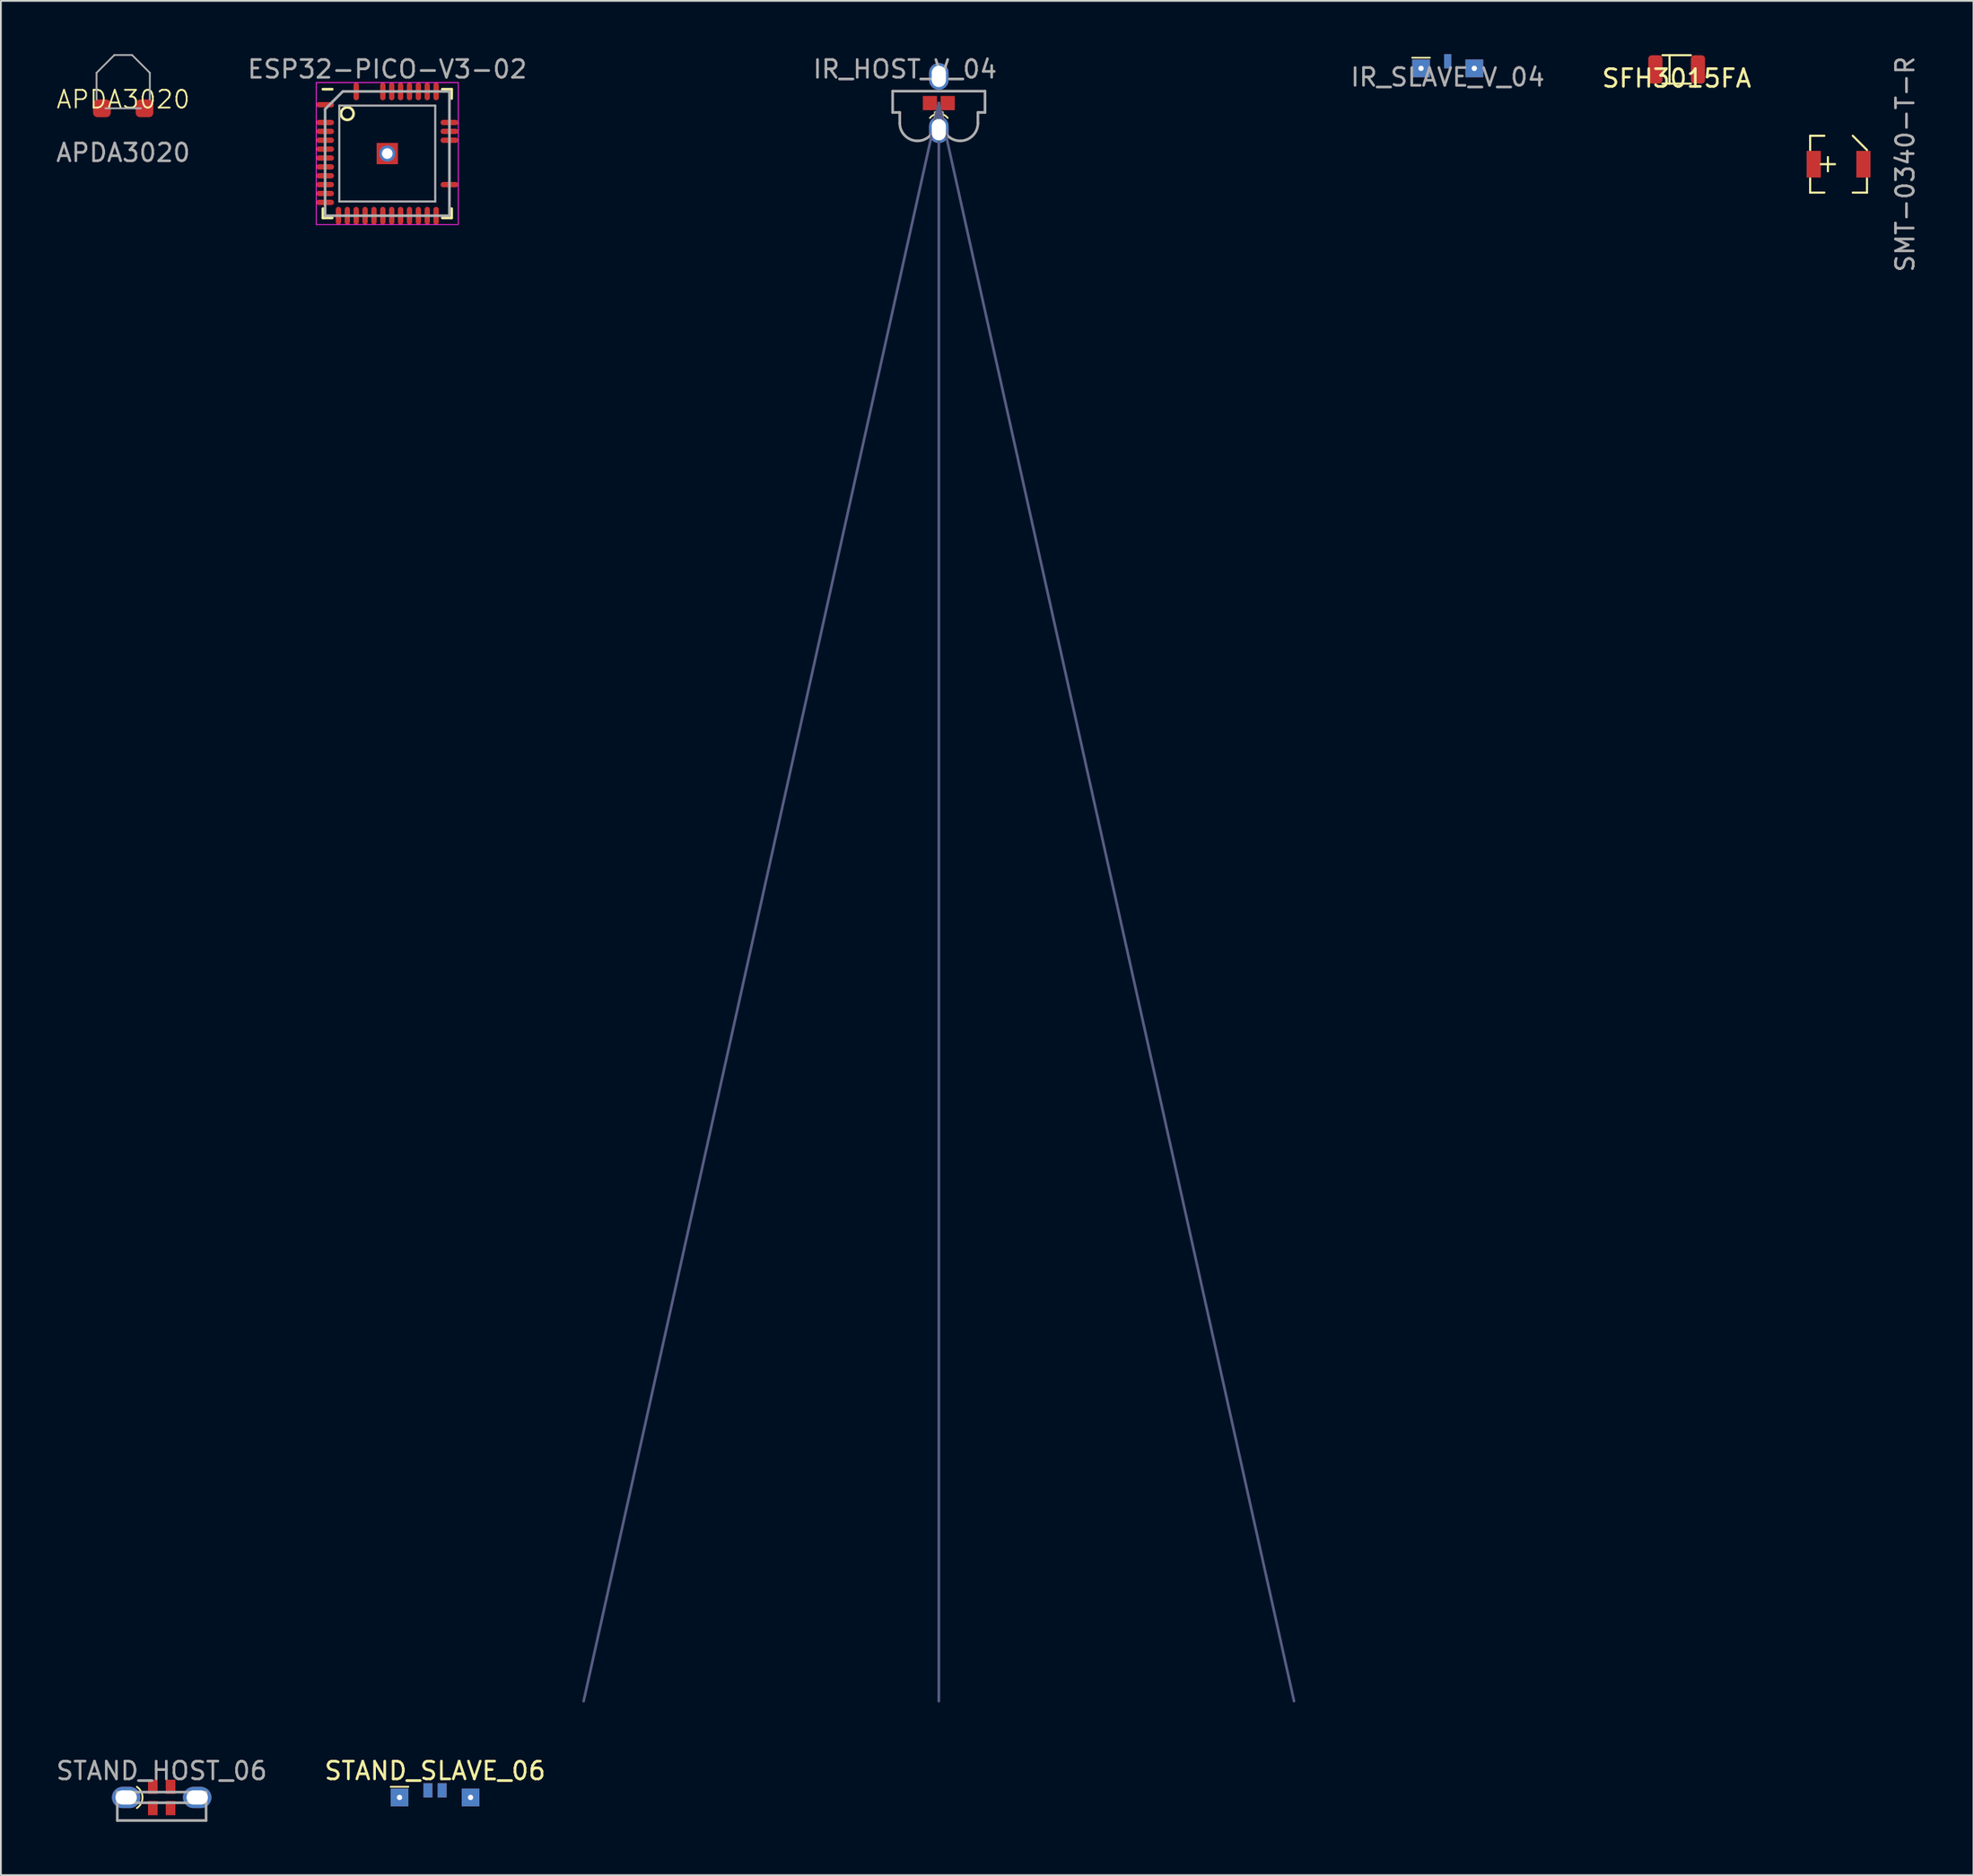
<source format=kicad_pcb>
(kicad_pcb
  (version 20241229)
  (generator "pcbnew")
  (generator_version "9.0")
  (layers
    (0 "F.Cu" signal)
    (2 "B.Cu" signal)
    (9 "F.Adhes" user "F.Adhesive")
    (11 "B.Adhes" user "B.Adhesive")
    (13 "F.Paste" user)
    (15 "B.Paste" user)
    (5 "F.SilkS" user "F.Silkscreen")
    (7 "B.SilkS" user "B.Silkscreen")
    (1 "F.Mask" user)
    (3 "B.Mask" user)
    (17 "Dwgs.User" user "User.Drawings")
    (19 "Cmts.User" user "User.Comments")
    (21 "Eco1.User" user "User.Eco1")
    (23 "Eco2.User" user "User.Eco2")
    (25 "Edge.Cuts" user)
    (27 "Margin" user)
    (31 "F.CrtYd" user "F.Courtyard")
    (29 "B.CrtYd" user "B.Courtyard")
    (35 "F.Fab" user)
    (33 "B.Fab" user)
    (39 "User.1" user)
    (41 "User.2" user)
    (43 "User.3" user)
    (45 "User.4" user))
  (footprint "STAND_SLAVE_06"
    (layer "F.Cu")
    (at 21.446 98.177)
    (property "Reference" "STAND_SLAVE_06" (at 0 -1.5 0) (layer "F.SilkS") (effects (font (size 1 1) (thickness 0.15))))
    (attr through_hole)
    (fp_line (start -2.5 -0.6) (end -1.5 -0.6) (stroke (width 0.1) (type default)) (layer "F.SilkS"))
    (pad "1" thru_hole rect (at -2 0) (size 1 1) (drill 0.3) (layers "*.Cu" "*.Mask"))
    (pad "2" smd rect (at -0.4 -0.4) (size 0.5 0.8) (layers "F.Cu" "F.Mask" "F.Paste"))
    (pad "3" smd rect (at -0.4 -0.4) (size 0.5 0.8) (layers "B.Cu" "B.Mask" "B.Paste"))
    (pad "4" smd rect (at 0.4 -0.4) (size 0.5 0.8) (layers "F.Cu" "F.Mask" "F.Paste"))
    (pad "5" smd rect (at 0.4 -0.4) (size 0.5 0.8) (layers "B.Cu" "B.Mask" "B.Paste"))
    (pad "6" thru_hole rect (at 2 0) (size 1 1) (drill 0.3) (layers "*.Cu" "*.Mask")))
  (footprint "IR_HOST_V_04"
    (layer "F.Cu")
    (at 49.813 2.753)
    (property "Reference" "IR_HOST_V_04" (at -1.905 -1.905 180) (layer "F.Fab") (effects (font (size 1 1) (thickness 0.15))))
    (attr through_hole)
    (fp_arc (start -0.5 0.840312) (mid -0.000001 0.6) (end 0.499999 0.840311) (stroke (width 0.1) (type default)) (layer "F.SilkS"))
    (fp_line (start 0 0) (end -20 90) (stroke (width 0.15) (type solid)) (layer "B.Fab"))
    (fp_line (start 0 0) (end 0 90) (stroke (width 0.15) (type solid)) (layer "B.Fab"))
    (fp_line (start 20 90) (end 0 0) (stroke (width 0.15) (type solid)) (layer "B.Fab"))
    (fp_line (start -2.6 -0.67) (end -2.6 0.53) (stroke (width 0.15) (type solid)) (layer "F.Fab"))
    (fp_line (start -2.6 0.53) (end -2.2 0.53) (stroke (width 0.15) (type solid)) (layer "F.Fab"))
    (fp_line (start -2.2 0.53) (end -2.2 1.13) (stroke (width 0.15) (type solid)) (layer "F.Fab"))
    (fp_line (start -0.2 0.53) (end 0.2 0.53) (stroke (width 0.15) (type solid)) (layer "F.Fab"))
    (fp_line (start -0.2 1.13) (end -0.2 0.53) (stroke (width 0.15) (type solid)) (layer "F.Fab"))
    (fp_line (start 0.2 0.53) (end 0.2 1.13) (stroke (width 0.15) (type solid)) (layer "F.Fab"))
    (fp_line (start 2.2 0.53) (end 2.6 0.53) (stroke (width 0.15) (type solid)) (layer "F.Fab"))
    (fp_line (start 2.2 1.13) (end 2.2 0.53) (stroke (width 0.15) (type solid)) (layer "F.Fab"))
    (fp_line (start 2.6 -0.67) (end -2.6 -0.67) (stroke (width 0.15) (type solid)) (layer "F.Fab"))
    (fp_line (start 2.6 0.53) (end 2.6 -0.67) (stroke (width 0.15) (type solid)) (layer "F.Fab"))
    (fp_arc (start -1.2 2.13) (mid -1.907107 1.837107) (end -2.2 1.13) (stroke (width 0.15) (type solid)) (layer "F.Fab"))
    (fp_arc (start -0.2 1.13) (mid -0.492893 1.837107) (end -1.2 2.13) (stroke (width 0.15) (type solid)) (layer "F.Fab"))
    (fp_arc (start 1.2 2.13) (mid 0.492893 1.837107) (end 0.2 1.13) (stroke (width 0.15) (type solid)) (layer "F.Fab"))
    (fp_arc (start 2.2 1.13) (mid 1.907107 1.837107) (end 1.2 2.13) (stroke (width 0.15) (type solid)) (layer "F.Fab"))
    (pad "1" thru_hole oval (at 0 1.5) (size 1.1 1.5) (drill oval 0.8 1.2) (layers "*.Cu" "*.Mask"))
    (pad "2" smd rect (at 0.5 0) (size 0.8 0.8) (layers "F.Cu" "F.Mask" "F.Paste"))
    (pad "3" smd rect (at -0.5 0) (size 0.8 0.8) (layers "F.Cu" "F.Mask" "F.Paste"))
    (pad "4" thru_hole oval (at 0 -1.5) (size 1.1 1.5) (drill oval 0.8 1.2) (layers "*.Cu" "*.Mask")))
  (footprint "SMT-0340-T-R"
    (layer "F.Cu")
    (at 100.474 6.196)
    (property "Reference" "SMT-0340-T-R" (at 3.75 0 90) (layer "F.Fab") (effects (font (size 1 1) (thickness 0.15))))
    (attr through_hole)
    (fp_line (start -1.6 -1.6) (end -1.6 -0.8) (stroke (width 0.12) (type solid)) (layer "F.SilkS"))
    (fp_line (start -1.6 -1.6) (end -0.8 -1.6) (stroke (width 0.12) (type solid)) (layer "F.SilkS"))
    (fp_line (start -1.6 0.8) (end -1.6 1.6) (stroke (width 0.12) (type solid)) (layer "F.SilkS"))
    (fp_line (start -1.6 1.6) (end -0.8 1.6) (stroke (width 0.12) (type solid)) (layer "F.SilkS"))
    (fp_line (start -1 0) (end -0.2 0) (stroke (width 0.12) (type solid)) (layer "F.SilkS"))
    (fp_line (start -0.6 -0.4) (end -0.6 0.4) (stroke (width 0.12) (type solid)) (layer "F.SilkS"))
    (fp_line (start 0.8 -1.6) (end 1.6 -0.8) (stroke (width 0.12) (type solid)) (layer "F.SilkS"))
    (fp_line (start 1.6 0.8) (end 1.6 1.6) (stroke (width 0.12) (type solid)) (layer "F.SilkS"))
    (fp_line (start 1.6 1.6) (end 0.8 1.6) (stroke (width 0.12) (type solid)) (layer "F.SilkS"))
    (pad "1" smd rect (at -1.4 0) (size 0.8 1.5) (layers "F.Cu" "F.Mask" "F.Paste"))
    (pad "2" smd rect (at 1.4 0) (size 0.8 1.5) (layers "F.Cu" "F.Mask" "F.Paste")))
  (footprint "SFH3015FA"
    (layer "F.Cu")
    (at 91.358 0.86)
    (property "Reference" "SFH3015FA" (at 0 0.5 0) (layer "F.SilkS") (effects (font (size 1 1) (thickness 0.15))))
    (attr through_hole)
    (fp_line (start -0.8 -0.8) (end 0.8 -0.8) (stroke (width 0.12) (type solid)) (layer "F.SilkS"))
    (fp_line (start -0.4 -0.8) (end -0.4 0.8) (stroke (width 0.12) (type solid)) (layer "F.SilkS"))
    (fp_line (start 0.8 0.8) (end -0.8 0.8) (stroke (width 0.12) (type solid)) (layer "F.SilkS"))
    (pad "1" smd roundrect (at -1.2 0) (size 0.8 1.6) (layers "F.Cu" "F.Mask" "F.Paste") (roundrect_rratio 0.25))
    (pad "2" smd roundrect (at 1.2 0) (size 0.8 1.6) (layers "F.Cu" "F.Mask" "F.Paste") (roundrect_rratio 0.25)))
  (footprint "IR_SLAVE_V_04"
    (layer "F.Cu")
    (at 78.465 0.8)
    (property "Reference" "IR_SLAVE_V_04" (at 0 0.5 0) (layer "F.Fab") (effects (font (size 1 1) (thickness 0.15))))
    (attr through_hole)
    (fp_line (start -2 -0.6) (end -1 -0.6) (stroke (width 0.1) (type default)) (layer "F.SilkS"))
    (pad "1" thru_hole rect (at -1.5 0) (size 1 1) (drill 0.3) (layers "*.Cu" "*.Mask"))
    (pad "2" smd rect (at 0 -0.4) (size 0.4 0.8) (layers "F.Cu" "F.Mask" "F.Paste"))
    (pad "3" smd rect (at 0 -0.4) (size 0.4 0.8) (layers "B.Cu" "B.Mask" "B.Paste"))
    (pad "4" thru_hole rect (at 1.5 0) (size 1 1) (drill 0.3) (layers "*.Cu" "*.Mask")))
  (footprint "APDA3020"
    (layer "F.Cu")
    (at 3.887 3.05)
    (property "Reference" "APDA3020" (at 0 -0.5 0) (unlocked yes) (layer "F.SilkS") (effects (font (size 1 1) (thickness 0.1))))
    (attr smd)
    (fp_line (start 0 -3) (end 0 0) (stroke (width 0.1) (type default)) (layer "B.Mask"))
    (fp_line (start 0 0) (end -1 0) (stroke (width 0.1) (type default)) (layer "B.Mask"))
    (fp_line (start 0 0) (end 1 0) (stroke (width 0.1) (type default)) (layer "B.Mask"))
    (fp_poly (pts (xy -0.75 0) (xy 0 -0.75) (xy 0 0)) (stroke (width 0.1) (type solid)) (fill yes) (layer "B.Mask"))
    (fp_line (start -1.5 -2) (end -1.5 -0.5) (stroke (width 0.1) (type default)) (layer "F.Fab"))
    (fp_line (start -1 0) (end 1 0) (stroke (width 0.1) (type default)) (layer "F.Fab"))
    (fp_line (start -0.5 -3) (end -1.5 -2) (stroke (width 0.1) (type default)) (layer "F.Fab"))
    (fp_line (start -0.5 -3) (end 0.5 -3) (stroke (width 0.1) (type default)) (layer "F.Fab"))
    (fp_line (start 0.5 -3) (end 1.5 -2) (stroke (width 0.1) (type default)) (layer "F.Fab"))
    (fp_line (start 1.5 -2) (end 1.5 -0.5) (stroke (width 0.1) (type default)) (layer "F.Fab"))
    (fp_text user "${REFERENCE}" (at 0 2.5 0) (unlocked yes) (layer "F.Fab") (effects (font (size 1 1) (thickness 0.15))))
    (pad "1" smd roundrect (at -1.2 0) (size 1 1) (layers "F.Cu" "F.Mask" "F.Paste") (roundrect_rratio 0.25))
    (pad "2" smd roundrect (at 1.2 0) (size 1 1) (layers "F.Cu" "F.Mask" "F.Paste") (roundrect_rratio 0.25)))
  (footprint "STAND_HOST_06"
    (layer "F.Cu")
    (at 6.054 98.177)
    (property "Reference" "STAND_HOST_06" (at 0 -1.5 180) (layer "F.Fab") (effects (font (size 1 1) (thickness 0.15))))
    (attr through_hole)
    (fp_arc (start -1.4 -0.6) (mid -1.07889 0) (end -1.4 0.6) (stroke (width 0.1) (type default)) (layer "F.SilkS"))
    (fp_line (start -2.5 -0.3) (end -2.5 0.3) (stroke (width 0.15) (type solid)) (layer "F.Fab"))
    (fp_line (start -2.5 0.3) (end -2.5 1.3) (stroke (width 0.15) (type solid)) (layer "F.Fab"))
    (fp_line (start -2.5 0.3) (end 2.5 0.3) (stroke (width 0.15) (type solid)) (layer "F.Fab"))
    (fp_line (start -2.5 1.3) (end 2.5 1.3) (stroke (width 0.15) (type solid)) (layer "F.Fab"))
    (fp_line (start 2.5 -0.3) (end -2.5 -0.3) (stroke (width 0.15) (type solid)) (layer "F.Fab"))
    (fp_line (start 2.5 0.3) (end 2.5 -0.3) (stroke (width 0.15) (type solid)) (layer "F.Fab"))
    (fp_line (start 2.5 1.3) (end 2.5 0.3) (stroke (width 0.15) (type solid)) (layer "F.Fab"))
    (pad "1" thru_hole oval (at -2 0) (size 1.6 1.2) (drill oval 1.2 0.8) (layers "*.Cu" "*.Mask"))
    (pad "2" smd rect (at -0.5 0.6) (size 0.54 0.8) (layers "F.Cu" "F.Mask" "F.Paste"))
    (pad "3" smd rect (at -0.5 -0.6) (size 0.54 0.8) (layers "F.Cu" "F.Mask" "F.Paste"))
    (pad "4" smd rect (at 0.5 0.6) (size 0.54 0.8) (layers "F.Cu" "F.Mask" "F.Paste"))
    (pad "5" smd rect (at 0.5 -0.6) (size 0.54 0.8) (layers "F.Cu" "F.Mask" "F.Paste"))
    (pad "6" thru_hole oval (at 2 0) (size 1.6 1.2) (drill oval 1.2 0.8) (layers "*.Cu" "*.Mask")))
  (footprint "ESP32-PICO-V3-02"
    (layer "F.Cu")
    (at 18.756 5.598)
    (property "Reference" "ESP32-PICO-V3-02" (at 0 -4.75 0) (layer "F.Fab") (effects (font (size 1 1) (thickness 0.15))))
    (attr smd)
    (fp_line (start -3.625 -3.625) (end -3.1 -3.625) (stroke (width 0.15) (type solid)) (layer "F.SilkS"))
    (fp_line (start -3.625 3.625) (end -3.625 3.1) (stroke (width 0.15) (type solid)) (layer "F.SilkS"))
    (fp_line (start -3.625 3.625) (end -3.1 3.625) (stroke (width 0.15) (type solid)) (layer "F.SilkS"))
    (fp_line (start 3.625 -3.625) (end 3.1 -3.625) (stroke (width 0.15) (type solid)) (layer "F.SilkS"))
    (fp_line (start 3.625 -3.625) (end 3.625 -3.1) (stroke (width 0.15) (type solid)) (layer "F.SilkS"))
    (fp_line (start 3.625 3.625) (end 3.1 3.625) (stroke (width 0.15) (type solid)) (layer "F.SilkS"))
    (fp_line (start 3.625 3.625) (end 3.625 3.1) (stroke (width 0.15) (type solid)) (layer "F.SilkS"))
    (fp_circle (center -2.25 -2.25) (end -2 -2.5) (stroke (width 0.15) (type solid)) (fill no) (layer "F.SilkS"))
    (fp_line (start -4 -4) (end -4 4) (stroke (width 0.05) (type solid)) (layer "F.CrtYd"))
    (fp_line (start -4 -4) (end 4 -4) (stroke (width 0.05) (type solid)) (layer "F.CrtYd"))
    (fp_line (start -4 4) (end 4 4) (stroke (width 0.05) (type solid)) (layer "F.CrtYd"))
    (fp_line (start 4 -4) (end 4 4) (stroke (width 0.05) (type solid)) (layer "F.CrtYd"))
    (fp_line (start -3.5 -2.5) (end -2.5 -3.5) (stroke (width 0.15) (type solid)) (layer "F.Fab"))
    (fp_line (start -3.5 3.5) (end -3.5 -2.5) (stroke (width 0.15) (type solid)) (layer "F.Fab"))
    (fp_line (start -2.7 -2.7) (end -2.7 2.7) (stroke (width 0.12) (type solid)) (layer "F.Fab"))
    (fp_line (start -2.7 2.7) (end 2.7 2.7) (stroke (width 0.12) (type solid)) (layer "F.Fab"))
    (fp_line (start -2.5 -3.5) (end 3.5 -3.5) (stroke (width 0.15) (type solid)) (layer "F.Fab"))
    (fp_line (start 2.7 -2.7) (end -2.7 -2.7) (stroke (width 0.12) (type solid)) (layer "F.Fab"))
    (fp_line (start 2.7 2.7) (end 2.7 -2.7) (stroke (width 0.12) (type solid)) (layer "F.Fab"))
    (fp_line (start 3.5 -3.5) (end 3.5 3.5) (stroke (width 0.15) (type solid)) (layer "F.Fab"))
    (fp_line (start 3.5 3.5) (end -3.5 3.5) (stroke (width 0.15) (type solid)) (layer "F.Fab"))
    (pad "1" smd oval (at -3.5 -2.75) (size 1 0.3) (layers "F.Cu" "F.Mask" "F.Paste"))
    (pad "3" smd oval (at -3.5 -1.75) (size 1 0.3) (layers "F.Cu" "F.Mask" "F.Paste"))
    (pad "4" smd oval (at -3.5 -1.25) (size 1 0.3) (layers "F.Cu" "F.Mask" "F.Paste"))
    (pad "5" smd oval (at -3.5 -0.75) (size 1 0.3) (layers "F.Cu" "F.Mask" "F.Paste"))
    (pad "6" smd oval (at -3.5 -0.25) (size 1 0.3) (layers "F.Cu" "F.Mask" "F.Paste"))
    (pad "7" smd oval (at -3.5 0.25) (size 1 0.3) (layers "F.Cu" "F.Mask" "F.Paste"))
    (pad "8" smd oval (at -3.5 0.75) (size 1 0.3) (layers "F.Cu" "F.Mask" "F.Paste"))
    (pad "9" smd oval (at -3.5 1.25) (size 1 0.3) (layers "F.Cu" "F.Mask" "F.Paste"))
    (pad "10" smd oval (at -3.5 1.75) (size 1 0.3) (layers "F.Cu" "F.Mask" "F.Paste"))
    (pad "11" smd oval (at -3.5 2.25) (size 1 0.3) (layers "F.Cu" "F.Mask" "F.Paste"))
    (pad "12" smd oval (at -3.5 2.75) (size 1 0.3) (layers "F.Cu" "F.Mask" "F.Paste"))
    (pad "13" smd oval (at -2.75 3.5) (size 0.3 1) (layers "F.Cu" "F.Mask" "F.Paste"))
    (pad "14" smd oval (at -2.25 3.5) (size 0.3 1) (layers "F.Cu" "F.Mask" "F.Paste"))
    (pad "15" smd oval (at -1.75 3.5) (size 0.3 1) (layers "F.Cu" "F.Mask" "F.Paste"))
    (pad "16" smd oval (at -1.25 3.5) (size 0.3 1) (layers "F.Cu" "F.Mask" "F.Paste"))
    (pad "17" smd oval (at -0.75 3.5) (size 0.3 1) (layers "F.Cu" "F.Mask" "F.Paste"))
    (pad "18" smd oval (at -0.25 3.5) (size 0.3 1) (layers "F.Cu" "F.Mask" "F.Paste"))
    (pad "19" smd oval (at 0.25 3.5) (size 0.3 1) (layers "F.Cu" "F.Mask" "F.Paste"))
    (pad "20" smd oval (at 0.75 3.5) (size 0.3 1) (layers "F.Cu" "F.Mask" "F.Paste"))
    (pad "21" smd oval (at 1.25 3.5) (size 0.3 1) (layers "F.Cu" "F.Mask" "F.Paste"))
    (pad "22" smd oval (at 1.75 3.5) (size 0.3 1) (layers "F.Cu" "F.Mask" "F.Paste"))
    (pad "23" smd oval (at 2.25 3.5) (size 0.3 1) (layers "F.Cu" "F.Mask" "F.Paste"))
    (pad "24" smd oval (at 2.75 3.5) (size 0.3 1) (layers "F.Cu" "F.Mask" "F.Paste"))
    (pad "27" smd oval (at 3.5 1.75) (size 1 0.3) (layers "F.Cu" "F.Mask" "F.Paste"))
    (pad "32" smd oval (at 3.5 -0.75) (size 1 0.3) (layers "F.Cu" "F.Mask" "F.Paste"))
    (pad "33" smd oval (at 3.5 -1.25) (size 1 0.3) (layers "F.Cu" "F.Mask" "F.Paste"))
    (pad "34" smd oval (at 3.5 -1.75) (size 1 0.3) (layers "F.Cu" "F.Mask" "F.Paste"))
    (pad "37" smd oval (at 2.75 -3.5 90) (size 1 0.3) (layers "F.Cu" "F.Mask" "F.Paste"))
    (pad "38" smd oval (at 2.25 -3.5 90) (size 1 0.3) (layers "F.Cu" "F.Mask" "F.Paste"))
    (pad "39" smd oval (at 1.75 -3.5 90) (size 1 0.3) (layers "F.Cu" "F.Mask" "F.Paste"))
    (pad "40" smd oval (at 1.25 -3.5 90) (size 1 0.3) (layers "F.Cu" "F.Mask" "F.Paste"))
    (pad "41" smd oval (at 0.75 -3.5 90) (size 1 0.3) (layers "F.Cu" "F.Mask" "F.Paste"))
    (pad "42" smd oval (at 0.25 -3.5 90) (size 1 0.3) (layers "F.Cu" "F.Mask" "F.Paste"))
    (pad "43" smd oval (at -0.25 -3.5 90) (size 1 0.3) (layers "F.Cu" "F.Mask" "F.Paste"))
    (pad "46" smd oval (at -1.75 -3.5 90) (size 1 0.3) (layers "F.Cu" "F.Mask" "F.Paste"))
    (pad "49" thru_hole circle (at 0 0) (size 0.9 0.9) (drill 0.6) (layers "*.Cu" "*.Mask"))
    (pad "49" smd rect (at 0 0) (size 1.2 1.2) (layers "F.Cu" "F.Mask" "F.Paste")))
  (gr_rect
    (start -3 -3)
    (end 108.072 102.552)
    (stroke (width 0.1) (type default))
    (fill no)
    (layer "Edge.Cuts")))
</source>
